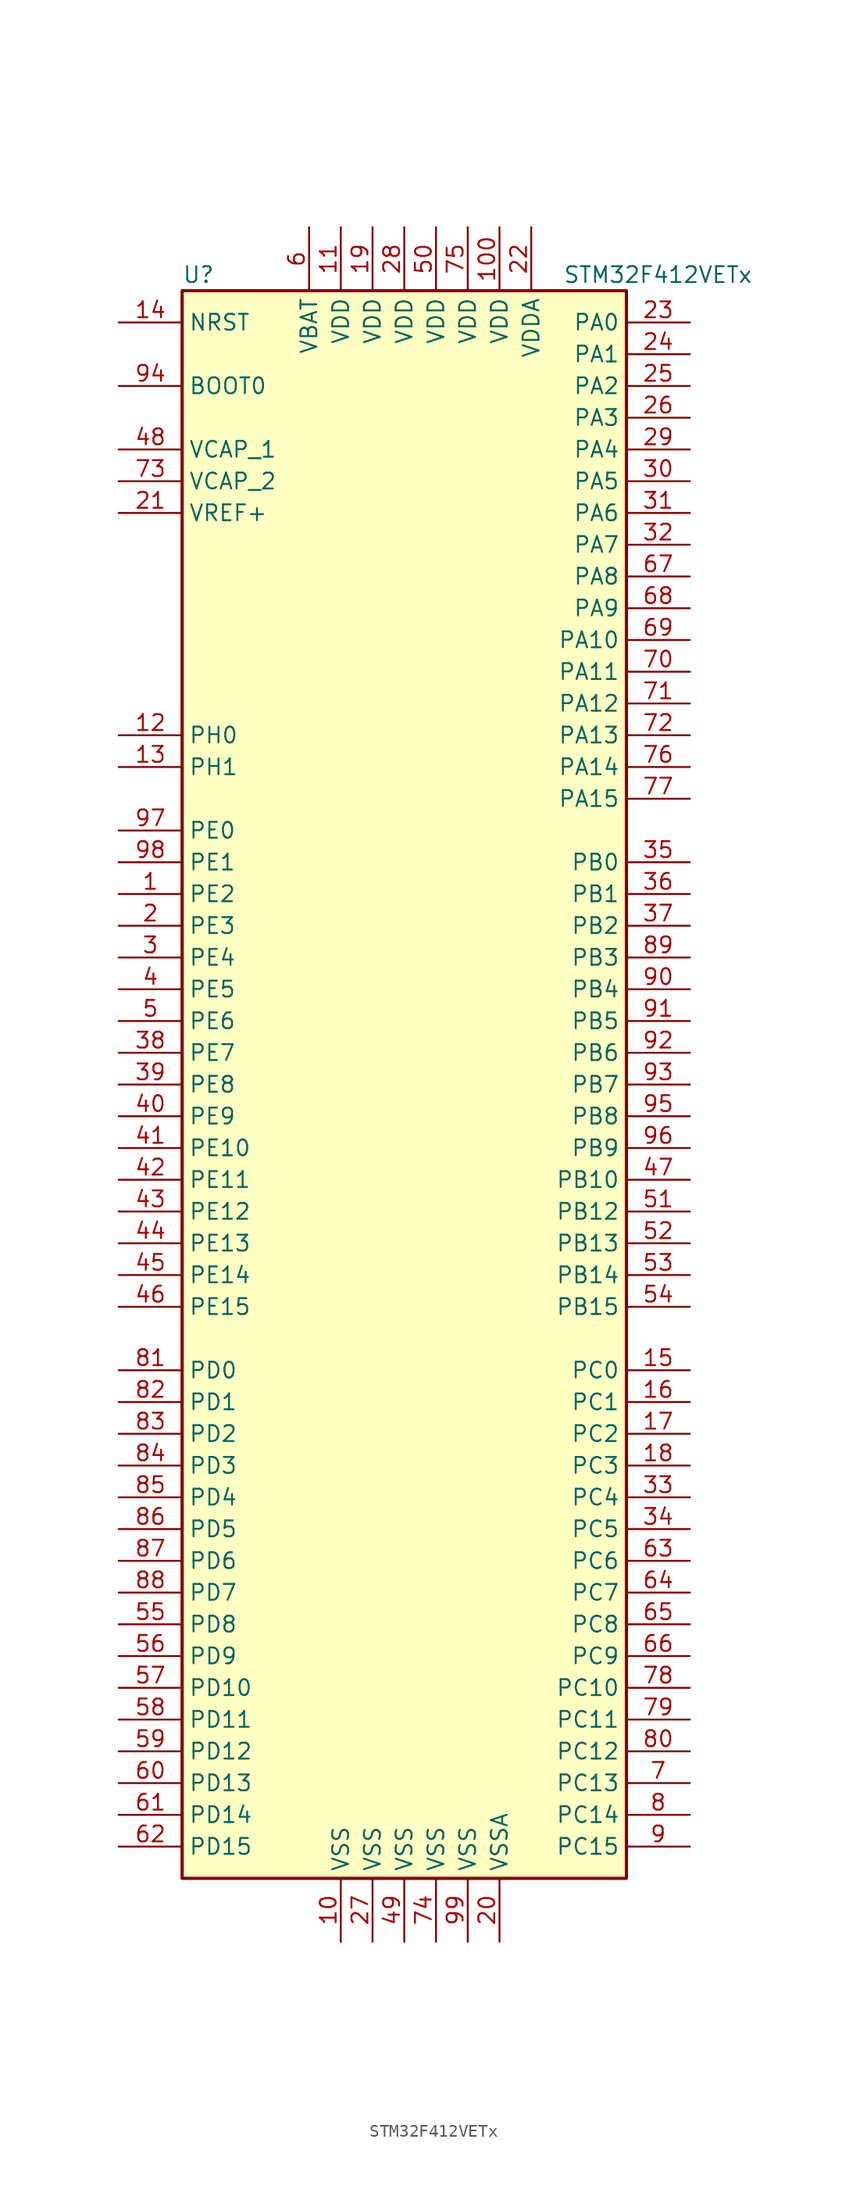
<source format=kicad_sym>
(kicad_symbol_lib
  (version 20211014)
  (generator kicad_symbol_editor)
  (symbol "STM32F412VETx"
    (property "Reference" "U"
      (at -17.78 64.77 0)
      (effects (font (size 1.27 1.27)) (justify left)))
    (property "Value" "STM32F412VETx"
      (at 12.7 64.77 0)
      (effects (font (size 1.27 1.27)) (justify left)))
    (symbol "STM32F412VETx_0_1"
      (rectangle (start -17.78 -63.5) (end 17.78 63.5) (stroke (width 0.254) (type default) (color 0 0 0 0)) (fill (type background))))
    (symbol "STM32F412VETx_1_1"
      (pin bidirectional line (at -22.86 15.24 0) (length 5.08) (name "PE2" (effects (font (size 1.27 1.27)))) (number "1" (effects (font (size 1.27 1.27)))))
      (pin power_in line (at -5.08 -68.58 90) (length 5.08) (name "VSS" (effects (font (size 1.27 1.27)))) (number "10" (effects (font (size 1.27 1.27)))))
      (pin power_in line (at 7.62 68.58 270) (length 5.08) (name "VDD" (effects (font (size 1.27 1.27)))) (number "100" (effects (font (size 1.27 1.27)))))
      (pin power_in line (at -5.08 68.58 270) (length 5.08) (name "VDD" (effects (font (size 1.27 1.27)))) (number "11" (effects (font (size 1.27 1.27)))))
      (pin input line (at -22.86 27.94 0) (length 5.08) (name "PH0" (effects (font (size 1.27 1.27)))) (number "12" (effects (font (size 1.27 1.27)))))
      (pin input line (at -22.86 25.4 0) (length 5.08) (name "PH1" (effects (font (size 1.27 1.27)))) (number "13" (effects (font (size 1.27 1.27)))))
      (pin input line (at -22.86 60.96 0) (length 5.08) (name "NRST" (effects (font (size 1.27 1.27)))) (number "14" (effects (font (size 1.27 1.27)))))
      (pin bidirectional line (at 22.86 -22.86 180) (length 5.08) (name "PC0" (effects (font (size 1.27 1.27)))) (number "15" (effects (font (size 1.27 1.27)))))
      (pin bidirectional line (at 22.86 -25.4 180) (length 5.08) (name "PC1" (effects (font (size 1.27 1.27)))) (number "16" (effects (font (size 1.27 1.27)))))
      (pin bidirectional line (at 22.86 -27.94 180) (length 5.08) (name "PC2" (effects (font (size 1.27 1.27)))) (number "17" (effects (font (size 1.27 1.27)))))
      (pin bidirectional line (at 22.86 -30.48 180) (length 5.08) (name "PC3" (effects (font (size 1.27 1.27)))) (number "18" (effects (font (size 1.27 1.27)))))
      (pin power_in line (at -2.54 68.58 270) (length 5.08) (name "VDD" (effects (font (size 1.27 1.27)))) (number "19" (effects (font (size 1.27 1.27)))))
      (pin bidirectional line (at -22.86 12.7 0) (length 5.08) (name "PE3" (effects (font (size 1.27 1.27)))) (number "2" (effects (font (size 1.27 1.27)))))
      (pin power_in line (at 7.62 -68.58 90) (length 5.08) (name "VSSA" (effects (font (size 1.27 1.27)))) (number "20" (effects (font (size 1.27 1.27)))))
      (pin power_in line (at -22.86 45.72 0) (length 5.08) (name "VREF+" (effects (font (size 1.27 1.27)))) (number "21" (effects (font (size 1.27 1.27)))))
      (pin power_in line (at 10.16 68.58 270) (length 5.08) (name "VDDA" (effects (font (size 1.27 1.27)))) (number "22" (effects (font (size 1.27 1.27)))))
      (pin bidirectional line (at 22.86 60.96 180) (length 5.08) (name "PA0" (effects (font (size 1.27 1.27)))) (number "23" (effects (font (size 1.27 1.27)))))
      (pin bidirectional line (at 22.86 58.42 180) (length 5.08) (name "PA1" (effects (font (size 1.27 1.27)))) (number "24" (effects (font (size 1.27 1.27)))))
      (pin bidirectional line (at 22.86 55.88 180) (length 5.08) (name "PA2" (effects (font (size 1.27 1.27)))) (number "25" (effects (font (size 1.27 1.27)))))
      (pin bidirectional line (at 22.86 53.34 180) (length 5.08) (name "PA3" (effects (font (size 1.27 1.27)))) (number "26" (effects (font (size 1.27 1.27)))))
      (pin power_in line (at -2.54 -68.58 90) (length 5.08) (name "VSS" (effects (font (size 1.27 1.27)))) (number "27" (effects (font (size 1.27 1.27)))))
      (pin power_in line (at 0 68.58 270) (length 5.08) (name "VDD" (effects (font (size 1.27 1.27)))) (number "28" (effects (font (size 1.27 1.27)))))
      (pin bidirectional line (at 22.86 50.8 180) (length 5.08) (name "PA4" (effects (font (size 1.27 1.27)))) (number "29" (effects (font (size 1.27 1.27)))))
      (pin bidirectional line (at -22.86 10.16 0) (length 5.08) (name "PE4" (effects (font (size 1.27 1.27)))) (number "3" (effects (font (size 1.27 1.27)))))
      (pin bidirectional line (at 22.86 48.26 180) (length 5.08) (name "PA5" (effects (font (size 1.27 1.27)))) (number "30" (effects (font (size 1.27 1.27)))))
      (pin bidirectional line (at 22.86 45.72 180) (length 5.08) (name "PA6" (effects (font (size 1.27 1.27)))) (number "31" (effects (font (size 1.27 1.27)))))
      (pin bidirectional line (at 22.86 43.18 180) (length 5.08) (name "PA7" (effects (font (size 1.27 1.27)))) (number "32" (effects (font (size 1.27 1.27)))))
      (pin bidirectional line (at 22.86 -33.02 180) (length 5.08) (name "PC4" (effects (font (size 1.27 1.27)))) (number "33" (effects (font (size 1.27 1.27)))))
      (pin bidirectional line (at 22.86 -35.56 180) (length 5.08) (name "PC5" (effects (font (size 1.27 1.27)))) (number "34" (effects (font (size 1.27 1.27)))))
      (pin bidirectional line (at 22.86 17.78 180) (length 5.08) (name "PB0" (effects (font (size 1.27 1.27)))) (number "35" (effects (font (size 1.27 1.27)))))
      (pin bidirectional line (at 22.86 15.24 180) (length 5.08) (name "PB1" (effects (font (size 1.27 1.27)))) (number "36" (effects (font (size 1.27 1.27)))))
      (pin bidirectional line (at 22.86 12.7 180) (length 5.08) (name "PB2" (effects (font (size 1.27 1.27)))) (number "37" (effects (font (size 1.27 1.27)))))
      (pin bidirectional line (at -22.86 2.54 0) (length 5.08) (name "PE7" (effects (font (size 1.27 1.27)))) (number "38" (effects (font (size 1.27 1.27)))))
      (pin bidirectional line (at -22.86 0 0) (length 5.08) (name "PE8" (effects (font (size 1.27 1.27)))) (number "39" (effects (font (size 1.27 1.27)))))
      (pin bidirectional line (at -22.86 7.62 0) (length 5.08) (name "PE5" (effects (font (size 1.27 1.27)))) (number "4" (effects (font (size 1.27 1.27)))))
      (pin bidirectional line (at -22.86 -2.54 0) (length 5.08) (name "PE9" (effects (font (size 1.27 1.27)))) (number "40" (effects (font (size 1.27 1.27)))))
      (pin bidirectional line (at -22.86 -5.08 0) (length 5.08) (name "PE10" (effects (font (size 1.27 1.27)))) (number "41" (effects (font (size 1.27 1.27)))))
      (pin bidirectional line (at -22.86 -7.62 0) (length 5.08) (name "PE11" (effects (font (size 1.27 1.27)))) (number "42" (effects (font (size 1.27 1.27)))))
      (pin bidirectional line (at -22.86 -10.16 0) (length 5.08) (name "PE12" (effects (font (size 1.27 1.27)))) (number "43" (effects (font (size 1.27 1.27)))))
      (pin bidirectional line (at -22.86 -12.7 0) (length 5.08) (name "PE13" (effects (font (size 1.27 1.27)))) (number "44" (effects (font (size 1.27 1.27)))))
      (pin bidirectional line (at -22.86 -15.24 0) (length 5.08) (name "PE14" (effects (font (size 1.27 1.27)))) (number "45" (effects (font (size 1.27 1.27)))))
      (pin bidirectional line (at -22.86 -17.78 0) (length 5.08) (name "PE15" (effects (font (size 1.27 1.27)))) (number "46" (effects (font (size 1.27 1.27)))))
      (pin bidirectional line (at 22.86 -7.62 180) (length 5.08) (name "PB10" (effects (font (size 1.27 1.27)))) (number "47" (effects (font (size 1.27 1.27)))))
      (pin power_in line (at -22.86 50.8 0) (length 5.08) (name "VCAP_1" (effects (font (size 1.27 1.27)))) (number "48" (effects (font (size 1.27 1.27)))))
      (pin power_in line (at 0 -68.58 90) (length 5.08) (name "VSS" (effects (font (size 1.27 1.27)))) (number "49" (effects (font (size 1.27 1.27)))))
      (pin bidirectional line (at -22.86 5.08 0) (length 5.08) (name "PE6" (effects (font (size 1.27 1.27)))) (number "5" (effects (font (size 1.27 1.27)))))
      (pin power_in line (at 2.54 68.58 270) (length 5.08) (name "VDD" (effects (font (size 1.27 1.27)))) (number "50" (effects (font (size 1.27 1.27)))))
      (pin bidirectional line (at 22.86 -10.16 180) (length 5.08) (name "PB12" (effects (font (size 1.27 1.27)))) (number "51" (effects (font (size 1.27 1.27)))))
      (pin bidirectional line (at 22.86 -12.7 180) (length 5.08) (name "PB13" (effects (font (size 1.27 1.27)))) (number "52" (effects (font (size 1.27 1.27)))))
      (pin bidirectional line (at 22.86 -15.24 180) (length 5.08) (name "PB14" (effects (font (size 1.27 1.27)))) (number "53" (effects (font (size 1.27 1.27)))))
      (pin bidirectional line (at 22.86 -17.78 180) (length 5.08) (name "PB15" (effects (font (size 1.27 1.27)))) (number "54" (effects (font (size 1.27 1.27)))))
      (pin bidirectional line (at -22.86 -43.18 0) (length 5.08) (name "PD8" (effects (font (size 1.27 1.27)))) (number "55" (effects (font (size 1.27 1.27)))))
      (pin bidirectional line (at -22.86 -45.72 0) (length 5.08) (name "PD9" (effects (font (size 1.27 1.27)))) (number "56" (effects (font (size 1.27 1.27)))))
      (pin bidirectional line (at -22.86 -48.26 0) (length 5.08) (name "PD10" (effects (font (size 1.27 1.27)))) (number "57" (effects (font (size 1.27 1.27)))))
      (pin bidirectional line (at -22.86 -50.8 0) (length 5.08) (name "PD11" (effects (font (size 1.27 1.27)))) (number "58" (effects (font (size 1.27 1.27)))))
      (pin bidirectional line (at -22.86 -53.34 0) (length 5.08) (name "PD12" (effects (font (size 1.27 1.27)))) (number "59" (effects (font (size 1.27 1.27)))))
      (pin power_in line (at -7.62 68.58 270) (length 5.08) (name "VBAT" (effects (font (size 1.27 1.27)))) (number "6" (effects (font (size 1.27 1.27)))))
      (pin bidirectional line (at -22.86 -55.88 0) (length 5.08) (name "PD13" (effects (font (size 1.27 1.27)))) (number "60" (effects (font (size 1.27 1.27)))))
      (pin bidirectional line (at -22.86 -58.42 0) (length 5.08) (name "PD14" (effects (font (size 1.27 1.27)))) (number "61" (effects (font (size 1.27 1.27)))))
      (pin bidirectional line (at -22.86 -60.96 0) (length 5.08) (name "PD15" (effects (font (size 1.27 1.27)))) (number "62" (effects (font (size 1.27 1.27)))))
      (pin bidirectional line (at 22.86 -38.1 180) (length 5.08) (name "PC6" (effects (font (size 1.27 1.27)))) (number "63" (effects (font (size 1.27 1.27)))))
      (pin bidirectional line (at 22.86 -40.64 180) (length 5.08) (name "PC7" (effects (font (size 1.27 1.27)))) (number "64" (effects (font (size 1.27 1.27)))))
      (pin bidirectional line (at 22.86 -43.18 180) (length 5.08) (name "PC8" (effects (font (size 1.27 1.27)))) (number "65" (effects (font (size 1.27 1.27)))))
      (pin bidirectional line (at 22.86 -45.72 180) (length 5.08) (name "PC9" (effects (font (size 1.27 1.27)))) (number "66" (effects (font (size 1.27 1.27)))))
      (pin bidirectional line (at 22.86 40.64 180) (length 5.08) (name "PA8" (effects (font (size 1.27 1.27)))) (number "67" (effects (font (size 1.27 1.27)))))
      (pin bidirectional line (at 22.86 38.1 180) (length 5.08) (name "PA9" (effects (font (size 1.27 1.27)))) (number "68" (effects (font (size 1.27 1.27)))))
      (pin bidirectional line (at 22.86 35.56 180) (length 5.08) (name "PA10" (effects (font (size 1.27 1.27)))) (number "69" (effects (font (size 1.27 1.27)))))
      (pin bidirectional line (at 22.86 -55.88 180) (length 5.08) (name "PC13" (effects (font (size 1.27 1.27)))) (number "7" (effects (font (size 1.27 1.27)))))
      (pin bidirectional line (at 22.86 33.02 180) (length 5.08) (name "PA11" (effects (font (size 1.27 1.27)))) (number "70" (effects (font (size 1.27 1.27)))))
      (pin bidirectional line (at 22.86 30.48 180) (length 5.08) (name "PA12" (effects (font (size 1.27 1.27)))) (number "71" (effects (font (size 1.27 1.27)))))
      (pin bidirectional line (at 22.86 27.94 180) (length 5.08) (name "PA13" (effects (font (size 1.27 1.27)))) (number "72" (effects (font (size 1.27 1.27)))))
      (pin power_in line (at -22.86 48.26 0) (length 5.08) (name "VCAP_2" (effects (font (size 1.27 1.27)))) (number "73" (effects (font (size 1.27 1.27)))))
      (pin power_in line (at 2.54 -68.58 90) (length 5.08) (name "VSS" (effects (font (size 1.27 1.27)))) (number "74" (effects (font (size 1.27 1.27)))))
      (pin power_in line (at 5.08 68.58 270) (length 5.08) (name "VDD" (effects (font (size 1.27 1.27)))) (number "75" (effects (font (size 1.27 1.27)))))
      (pin bidirectional line (at 22.86 25.4 180) (length 5.08) (name "PA14" (effects (font (size 1.27 1.27)))) (number "76" (effects (font (size 1.27 1.27)))))
      (pin bidirectional line (at 22.86 22.86 180) (length 5.08) (name "PA15" (effects (font (size 1.27 1.27)))) (number "77" (effects (font (size 1.27 1.27)))))
      (pin bidirectional line (at 22.86 -48.26 180) (length 5.08) (name "PC10" (effects (font (size 1.27 1.27)))) (number "78" (effects (font (size 1.27 1.27)))))
      (pin bidirectional line (at 22.86 -50.8 180) (length 5.08) (name "PC11" (effects (font (size 1.27 1.27)))) (number "79" (effects (font (size 1.27 1.27)))))
      (pin bidirectional line (at 22.86 -58.42 180) (length 5.08) (name "PC14" (effects (font (size 1.27 1.27)))) (number "8" (effects (font (size 1.27 1.27)))))
      (pin bidirectional line (at 22.86 -53.34 180) (length 5.08) (name "PC12" (effects (font (size 1.27 1.27)))) (number "80" (effects (font (size 1.27 1.27)))))
      (pin bidirectional line (at -22.86 -22.86 0) (length 5.08) (name "PD0" (effects (font (size 1.27 1.27)))) (number "81" (effects (font (size 1.27 1.27)))))
      (pin bidirectional line (at -22.86 -25.4 0) (length 5.08) (name "PD1" (effects (font (size 1.27 1.27)))) (number "82" (effects (font (size 1.27 1.27)))))
      (pin bidirectional line (at -22.86 -27.94 0) (length 5.08) (name "PD2" (effects (font (size 1.27 1.27)))) (number "83" (effects (font (size 1.27 1.27)))))
      (pin bidirectional line (at -22.86 -30.48 0) (length 5.08) (name "PD3" (effects (font (size 1.27 1.27)))) (number "84" (effects (font (size 1.27 1.27)))))
      (pin bidirectional line (at -22.86 -33.02 0) (length 5.08) (name "PD4" (effects (font (size 1.27 1.27)))) (number "85" (effects (font (size 1.27 1.27)))))
      (pin bidirectional line (at -22.86 -35.56 0) (length 5.08) (name "PD5" (effects (font (size 1.27 1.27)))) (number "86" (effects (font (size 1.27 1.27)))))
      (pin bidirectional line (at -22.86 -38.1 0) (length 5.08) (name "PD6" (effects (font (size 1.27 1.27)))) (number "87" (effects (font (size 1.27 1.27)))))
      (pin bidirectional line (at -22.86 -40.64 0) (length 5.08) (name "PD7" (effects (font (size 1.27 1.27)))) (number "88" (effects (font (size 1.27 1.27)))))
      (pin bidirectional line (at 22.86 10.16 180) (length 5.08) (name "PB3" (effects (font (size 1.27 1.27)))) (number "89" (effects (font (size 1.27 1.27)))))
      (pin bidirectional line (at 22.86 -60.96 180) (length 5.08) (name "PC15" (effects (font (size 1.27 1.27)))) (number "9" (effects (font (size 1.27 1.27)))))
      (pin bidirectional line (at 22.86 7.62 180) (length 5.08) (name "PB4" (effects (font (size 1.27 1.27)))) (number "90" (effects (font (size 1.27 1.27)))))
      (pin bidirectional line (at 22.86 5.08 180) (length 5.08) (name "PB5" (effects (font (size 1.27 1.27)))) (number "91" (effects (font (size 1.27 1.27)))))
      (pin bidirectional line (at 22.86 2.54 180) (length 5.08) (name "PB6" (effects (font (size 1.27 1.27)))) (number "92" (effects (font (size 1.27 1.27)))))
      (pin bidirectional line (at 22.86 0 180) (length 5.08) (name "PB7" (effects (font (size 1.27 1.27)))) (number "93" (effects (font (size 1.27 1.27)))))
      (pin input line (at -22.86 55.88 0) (length 5.08) (name "BOOT0" (effects (font (size 1.27 1.27)))) (number "94" (effects (font (size 1.27 1.27)))))
      (pin bidirectional line (at 22.86 -2.54 180) (length 5.08) (name "PB8" (effects (font (size 1.27 1.27)))) (number "95" (effects (font (size 1.27 1.27)))))
      (pin bidirectional line (at 22.86 -5.08 180) (length 5.08) (name "PB9" (effects (font (size 1.27 1.27)))) (number "96" (effects (font (size 1.27 1.27)))))
      (pin bidirectional line (at -22.86 20.32 0) (length 5.08) (name "PE0" (effects (font (size 1.27 1.27)))) (number "97" (effects (font (size 1.27 1.27)))))
      (pin bidirectional line (at -22.86 17.78 0) (length 5.08) (name "PE1" (effects (font (size 1.27 1.27)))) (number "98" (effects (font (size 1.27 1.27)))))
      (pin power_in line (at 5.08 -68.58 90) (length 5.08) (name "VSS" (effects (font (size 1.27 1.27)))) (number "99" (effects (font (size 1.27 1.27))))))))
</source>
